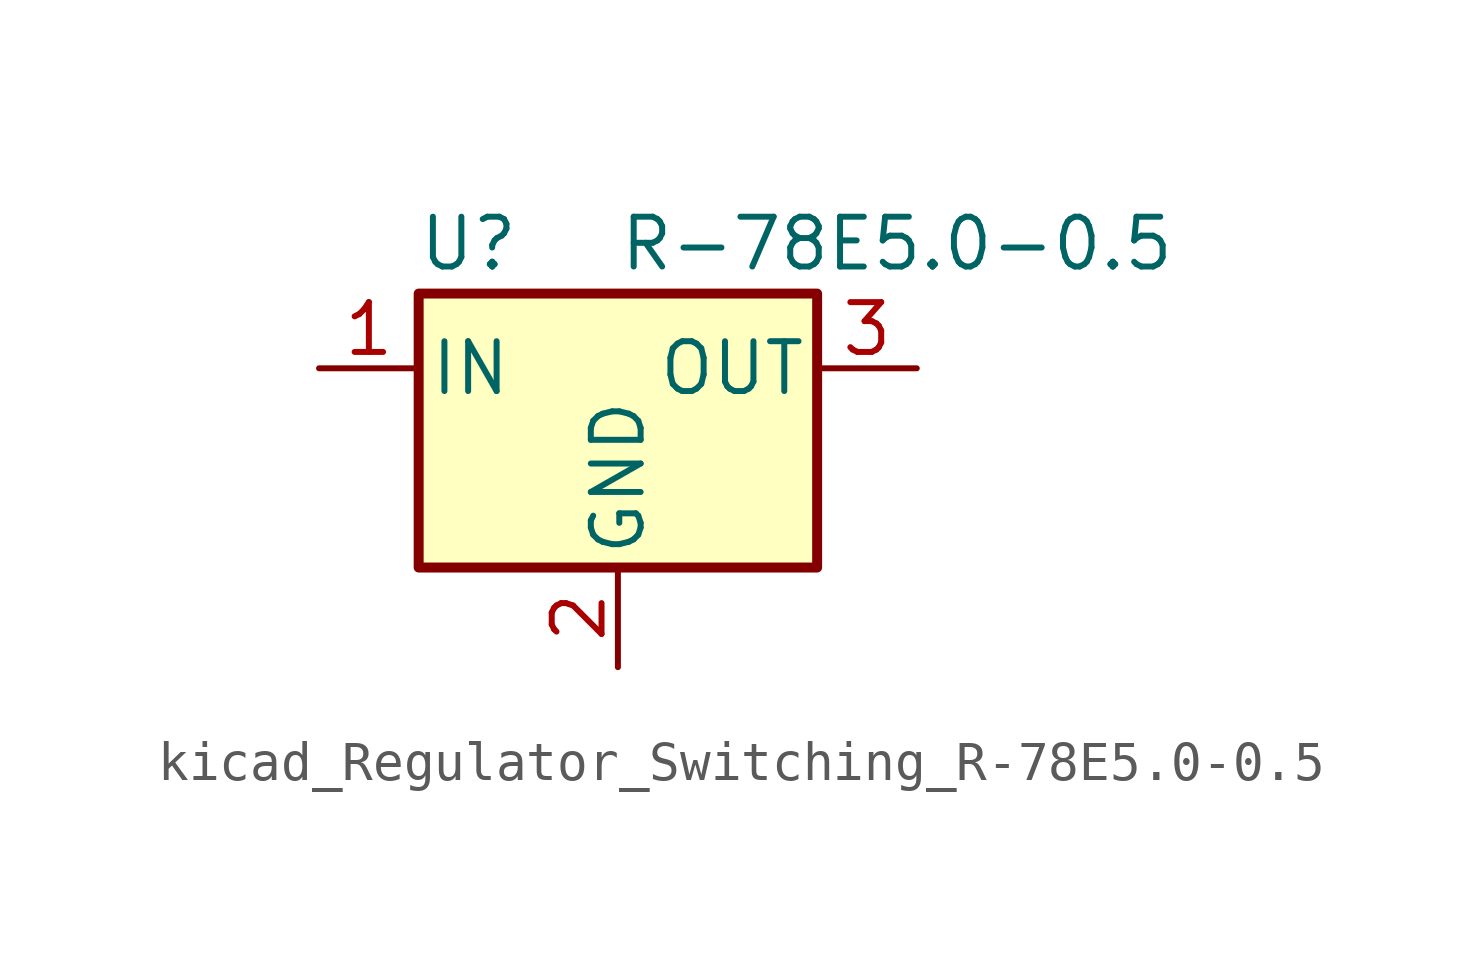
<source format=kicad_sym>
(kicad_symbol_lib
  (version 20220914)
  (generator kicad_symbol_editor)
  (symbol "kicad_Regulator_Switching_R-78E5.0-0.5"
    (pin_names
      (offset 0.254))
    (property "Reference" "U"
      (at -3.81 3.175 0)
      (effects (font (size 1.27 1.27))))
    (property "Value" "R-78E5.0-0.5"
      (at 0 3.175 0)
      (effects (font (size 1.27 1.27)) (justify left)))
    (symbol "kicad_Regulator_Switching_R-78E5.0-0.5_0_1"
      (rectangle (start -5.08 1.905) (end 5.08 -5.08) (stroke (width 0.254) (type default)) (fill (type background))))
    (symbol "kicad_Regulator_Switching_R-78E5.0-0.5_1_1"
      (pin power_in line (at -7.62 0 0) (length 2.54) (name "IN" (effects (font (size 1.27 1.27)))) (number "1" (effects (font (size 1.27 1.27)))))
      (pin power_in line (at 0 -7.62 90) (length 2.54) (name "GND" (effects (font (size 1.27 1.27)))) (number "2" (effects (font (size 1.27 1.27)))))
      (pin power_out line (at 7.62 0 180) (length 2.54) (name "OUT" (effects (font (size 1.27 1.27)))) (number "3" (effects (font (size 1.27 1.27))))))))
</source>
